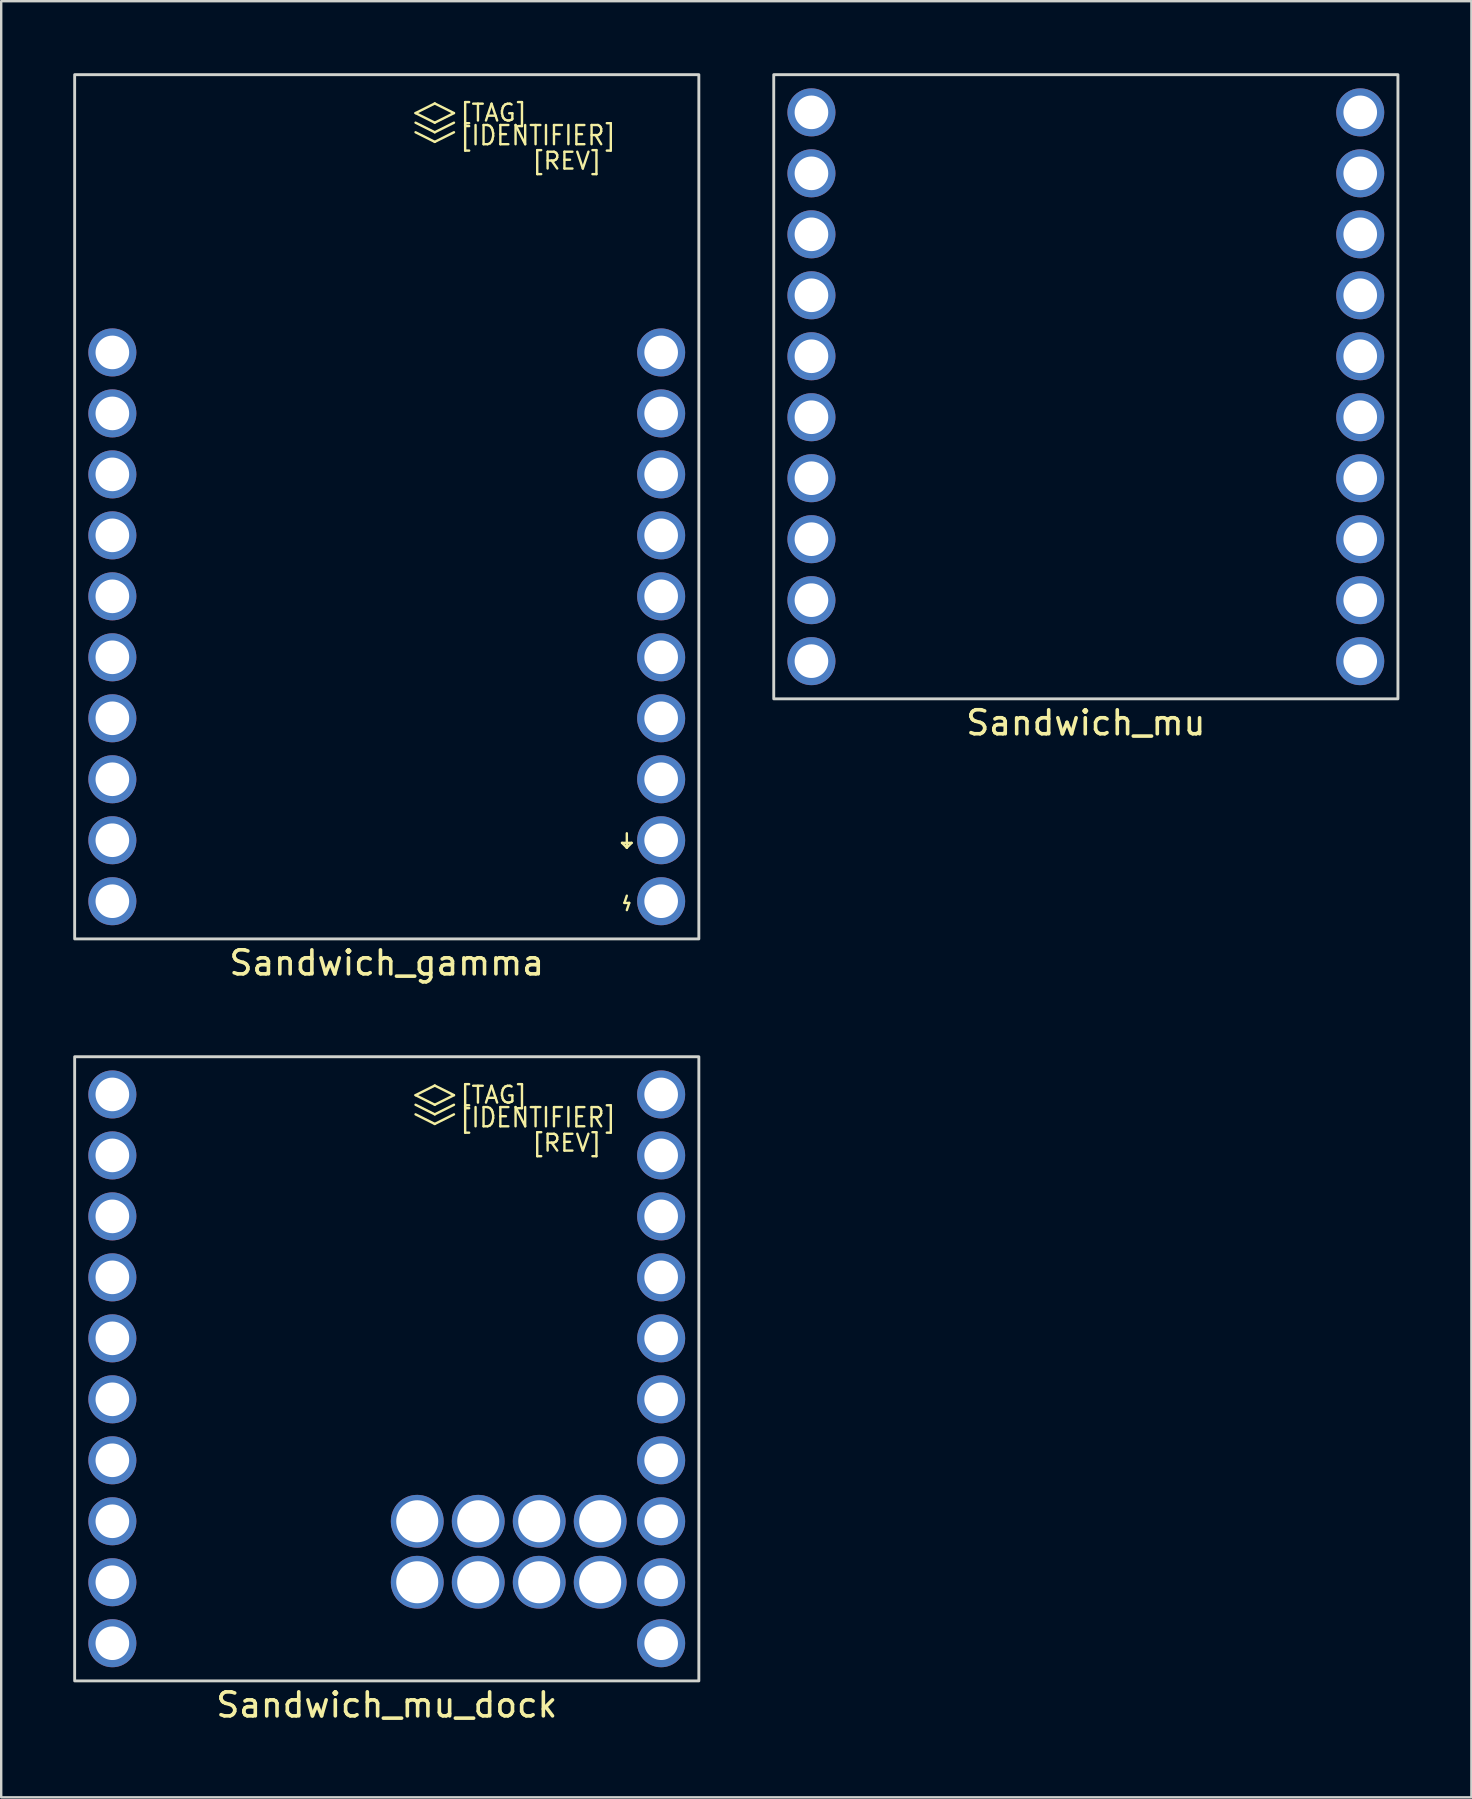
<source format=kicad_pcb>
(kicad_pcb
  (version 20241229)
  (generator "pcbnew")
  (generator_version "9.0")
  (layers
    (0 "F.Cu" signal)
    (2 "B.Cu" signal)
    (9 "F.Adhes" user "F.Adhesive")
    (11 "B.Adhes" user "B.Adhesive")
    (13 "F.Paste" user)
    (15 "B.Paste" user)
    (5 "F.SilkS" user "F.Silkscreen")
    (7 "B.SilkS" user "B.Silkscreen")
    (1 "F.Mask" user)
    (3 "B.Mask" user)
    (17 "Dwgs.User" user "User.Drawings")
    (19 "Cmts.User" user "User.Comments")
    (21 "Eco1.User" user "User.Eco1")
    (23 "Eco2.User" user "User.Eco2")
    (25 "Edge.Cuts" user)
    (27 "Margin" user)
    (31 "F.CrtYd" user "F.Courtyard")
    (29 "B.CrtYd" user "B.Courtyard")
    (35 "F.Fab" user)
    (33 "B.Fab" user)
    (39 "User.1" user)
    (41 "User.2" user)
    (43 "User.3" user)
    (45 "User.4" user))
  (footprint "Sandwich_gamma"
    (layer "F.Cu")
    (at 13.06 23.06)
    (property "Reference" "Sandwich_gamma" (at 0 14 0) (unlocked yes) (layer "F.SilkS") (effects (font (size 1 1) (thickness 0.15))))
    (attr smd)
    (fp_line (start 1.2 -21.4) (end 2 -21) (stroke (width 0.1) (type default)) (layer "F.SilkS"))
    (fp_line (start 1.2 -21) (end 2 -20.6) (stroke (width 0.1) (type default)) (layer "F.SilkS"))
    (fp_line (start 1.2 -20.6) (end 2 -20.2) (stroke (width 0.1) (type default)) (layer "F.SilkS"))
    (fp_line (start 2 -21.8) (end 1.2 -21.4) (stroke (width 0.1) (type default)) (layer "F.SilkS"))
    (fp_line (start 2 -21.8) (end 2.8 -21.4) (stroke (width 0.1) (type default)) (layer "F.SilkS"))
    (fp_line (start 2 -21) (end 2.8 -21.4) (stroke (width 0.1) (type default)) (layer "F.SilkS"))
    (fp_line (start 2 -20.6) (end 2.8 -21) (stroke (width 0.1) (type default)) (layer "F.SilkS"))
    (fp_line (start 2 -20.2) (end 2.8 -20.6) (stroke (width 0.1) (type default)) (layer "F.SilkS"))
    (fp_line (start 9.8 9) (end 10.2 9) (stroke (width 0.1) (type default)) (layer "F.SilkS"))
    (fp_line (start 9.9 11.5) (end 10.1 11.5) (stroke (width 0.1) (type default)) (layer "F.SilkS"))
    (fp_line (start 10 8.6) (end 10 9.2) (stroke (width 0.1) (type default)) (layer "F.SilkS"))
    (fp_line (start 10 9.2) (end 9.8 9) (stroke (width 0.1) (type default)) (layer "F.SilkS"))
    (fp_line (start 10 11.2) (end 9.9 11.5) (stroke (width 0.1) (type default)) (layer "F.SilkS"))
    (fp_line (start 10.1 11.5) (end 10 11.8) (stroke (width 0.1) (type default)) (layer "F.SilkS"))
    (fp_line (start 10.2 9) (end 10 9.2) (stroke (width 0.1) (type default)) (layer "F.SilkS"))
    (fp_rect (start -13 -23) (end 13 13) (stroke (width 0.12) (type solid)) (fill no) (layer "Edge.Cuts"))
    (fp_text user "[REV]" (at 9 -19 0) (unlocked yes) (layer "F.SilkS") (effects (font (size 0.7 0.7) (thickness 0.1)) (justify right bottom)))
    (fp_text user "[IDENTIFIER]" (at 3 -20 0) (unlocked yes) (layer "F.SilkS") (effects (font (size 0.8 0.7) (thickness 0.1)) (justify left bottom)))
    (fp_text user "[TAG]" (at 3 -21 0) (unlocked yes) (layer "F.SilkS") (effects (font (size 0.7 0.7) (thickness 0.1)) (justify left bottom)))
    (pad "1" thru_hole circle (at -11.43 11.43) (size 2 2) (drill 1.4) (layers "*.Cu" "*.Mask"))
    (pad "2" thru_hole circle (at -11.43 8.89) (size 2 2) (drill 1.4) (layers "*.Cu" "*.Mask"))
    (pad "3" thru_hole circle (at -11.43 6.35) (size 2 2) (drill 1.4) (layers "*.Cu" "*.Mask"))
    (pad "4" thru_hole circle (at -11.43 3.81) (size 2 2) (drill 1.4) (layers "*.Cu" "*.Mask"))
    (pad "5" thru_hole circle (at -11.43 1.27) (size 2 2) (drill 1.4) (layers "*.Cu" "*.Mask"))
    (pad "6" thru_hole circle (at -11.43 -1.27) (size 2 2) (drill 1.4) (layers "*.Cu" "*.Mask"))
    (pad "7" thru_hole circle (at -11.43 -3.81) (size 2 2) (drill 1.4) (layers "*.Cu" "*.Mask"))
    (pad "8" thru_hole circle (at -11.43 -6.35) (size 2 2) (drill 1.4) (layers "*.Cu" "*.Mask"))
    (pad "9" thru_hole circle (at -11.43 -8.89) (size 2 2) (drill 1.4) (layers "*.Cu" "*.Mask"))
    (pad "10" thru_hole circle (at -11.43 -11.43) (size 2 2) (drill 1.4) (layers "*.Cu" "*.Mask"))
    (pad "11" thru_hole circle (at 11.43 -11.43) (size 2 2) (drill 1.4) (layers "*.Cu" "*.Mask"))
    (pad "12" thru_hole circle (at 11.43 -8.89) (size 2 2) (drill 1.4) (layers "*.Cu" "*.Mask"))
    (pad "13" thru_hole circle (at 11.43 -6.35) (size 2 2) (drill 1.4) (layers "*.Cu" "*.Mask"))
    (pad "14" thru_hole circle (at 11.43 -3.81) (size 2 2) (drill 1.4) (layers "*.Cu" "*.Mask"))
    (pad "15" thru_hole circle (at 11.43 -1.27) (size 2 2) (drill 1.4) (layers "*.Cu" "*.Mask"))
    (pad "16" thru_hole circle (at 11.43 1.27) (size 2 2) (drill 1.4) (layers "*.Cu" "*.Mask"))
    (pad "17" thru_hole circle (at 11.43 3.81) (size 2 2) (drill 1.4) (layers "*.Cu" "*.Mask"))
    (pad "18" thru_hole circle (at 11.43 6.35) (size 2 2) (drill 1.4) (layers "*.Cu" "*.Mask"))
    (pad "19" thru_hole circle (at 11.43 8.89) (size 2 2) (drill 1.4) (layers "*.Cu" "*.Mask"))
    (pad "20" thru_hole circle (at 11.43 11.43) (size 2 2) (drill 1.4) (layers "*.Cu" "*.Mask")))
  (footprint "Sandwich_mu"
    (layer "F.Cu")
    (at 42.18 13.06)
    (property "Reference" "Sandwich_mu" (at 0 14 0) (unlocked yes) (layer "F.SilkS") (effects (font (size 1 1) (thickness 0.15))))
    (attr smd)
    (fp_rect (start -13 -13) (end 13 13) (stroke (width 0.12) (type solid)) (fill no) (layer "Edge.Cuts"))
    (pad "1" thru_hole circle (at -11.43 11.43) (size 2 2) (drill 1.4) (layers "*.Cu" "*.Mask"))
    (pad "2" thru_hole circle (at -11.43 8.89) (size 2 2) (drill 1.4) (layers "*.Cu" "*.Mask"))
    (pad "3" thru_hole circle (at -11.43 6.35) (size 2 2) (drill 1.4) (layers "*.Cu" "*.Mask"))
    (pad "4" thru_hole circle (at -11.43 3.81) (size 2 2) (drill 1.4) (layers "*.Cu" "*.Mask"))
    (pad "5" thru_hole circle (at -11.43 1.27) (size 2 2) (drill 1.4) (layers "*.Cu" "*.Mask"))
    (pad "6" thru_hole circle (at -11.43 -1.27) (size 2 2) (drill 1.4) (layers "*.Cu" "*.Mask"))
    (pad "7" thru_hole circle (at -11.43 -3.81) (size 2 2) (drill 1.4) (layers "*.Cu" "*.Mask"))
    (pad "8" thru_hole circle (at -11.43 -6.35) (size 2 2) (drill 1.4) (layers "*.Cu" "*.Mask"))
    (pad "9" thru_hole circle (at -11.43 -8.89) (size 2 2) (drill 1.4) (layers "*.Cu" "*.Mask"))
    (pad "10" thru_hole circle (at -11.43 -11.43) (size 2 2) (drill 1.4) (layers "*.Cu" "*.Mask"))
    (pad "11" thru_hole circle (at 11.43 -11.43) (size 2 2) (drill 1.4) (layers "*.Cu" "*.Mask"))
    (pad "12" thru_hole circle (at 11.43 -8.89) (size 2 2) (drill 1.4) (layers "*.Cu" "*.Mask"))
    (pad "13" thru_hole circle (at 11.43 -6.35) (size 2 2) (drill 1.4) (layers "*.Cu" "*.Mask"))
    (pad "14" thru_hole circle (at 11.43 -3.81) (size 2 2) (drill 1.4) (layers "*.Cu" "*.Mask"))
    (pad "15" thru_hole circle (at 11.43 -1.27) (size 2 2) (drill 1.4) (layers "*.Cu" "*.Mask"))
    (pad "16" thru_hole circle (at 11.43 1.27) (size 2 2) (drill 1.4) (layers "*.Cu" "*.Mask"))
    (pad "17" thru_hole circle (at 11.43 3.81) (size 2 2) (drill 1.4) (layers "*.Cu" "*.Mask"))
    (pad "18" thru_hole circle (at 11.43 6.35) (size 2 2) (drill 1.4) (layers "*.Cu" "*.Mask"))
    (pad "19" thru_hole circle (at 11.43 8.89) (size 2 2) (drill 1.4) (layers "*.Cu" "*.Mask"))
    (pad "20" thru_hole circle (at 11.43 11.43) (size 2 2) (drill 1.4) (layers "*.Cu" "*.Mask")))
  (footprint "Sandwich_mu_dock"
    (layer "F.Cu")
    (at 13.06 53.968)
    (property "Reference" "Sandwich_mu_dock" (at 0 14 0) (unlocked yes) (layer "F.SilkS") (effects (font (size 1 1) (thickness 0.15))))
    (attr smd)
    (fp_line (start 1.2 -11.4) (end 2 -11) (stroke (width 0.1) (type default)) (layer "F.SilkS"))
    (fp_line (start 1.2 -11) (end 2 -10.6) (stroke (width 0.1) (type default)) (layer "F.SilkS"))
    (fp_line (start 1.2 -10.6) (end 2 -10.2) (stroke (width 0.1) (type default)) (layer "F.SilkS"))
    (fp_line (start 2 -11.8) (end 1.2 -11.4) (stroke (width 0.1) (type default)) (layer "F.SilkS"))
    (fp_line (start 2 -11.8) (end 2.8 -11.4) (stroke (width 0.1) (type default)) (layer "F.SilkS"))
    (fp_line (start 2 -11) (end 2.8 -11.4) (stroke (width 0.1) (type default)) (layer "F.SilkS"))
    (fp_line (start 2 -10.6) (end 2.8 -11) (stroke (width 0.1) (type default)) (layer "F.SilkS"))
    (fp_line (start 2 -10.2) (end 2.8 -10.6) (stroke (width 0.1) (type default)) (layer "F.SilkS"))
    (fp_rect (start -13 -13) (end 13 13) (stroke (width 0.12) (type solid)) (fill no) (layer "Edge.Cuts"))
    (fp_text user "[REV]" (at 9 -9 0) (unlocked yes) (layer "F.SilkS") (effects (font (size 0.7 0.7) (thickness 0.1)) (justify right bottom)))
    (fp_text user "[TAG]" (at 3 -11 0) (unlocked yes) (layer "F.SilkS") (effects (font (size 0.7 0.7) (thickness 0.1)) (justify left bottom)))
    (fp_text user "[IDENTIFIER]" (at 3 -10 0) (unlocked yes) (layer "F.SilkS") (effects (font (size 0.8 0.7) (thickness 0.1)) (justify left bottom)))
    (pad "1" thru_hole circle (at -11.43 11.43) (size 2 2) (drill 1.4) (layers "*.Cu" "*.Mask"))
    (pad "2" thru_hole circle (at -11.43 8.89) (size 2 2) (drill 1.4) (layers "*.Cu" "*.Mask"))
    (pad "3" thru_hole circle (at -11.43 6.35) (size 2 2) (drill 1.4) (layers "*.Cu" "*.Mask"))
    (pad "4" thru_hole circle (at -11.43 3.81) (size 2 2) (drill 1.4) (layers "*.Cu" "*.Mask"))
    (pad "5" thru_hole circle (at -11.43 1.27) (size 2 2) (drill 1.4) (layers "*.Cu" "*.Mask"))
    (pad "6" thru_hole circle (at -11.43 -1.27) (size 2 2) (drill 1.4) (layers "*.Cu" "*.Mask"))
    (pad "7" thru_hole circle (at -11.43 -3.81) (size 2 2) (drill 1.4) (layers "*.Cu" "*.Mask"))
    (pad "8" thru_hole circle (at -11.43 -6.35) (size 2 2) (drill 1.4) (layers "*.Cu" "*.Mask"))
    (pad "9" thru_hole circle (at -11.43 -8.89) (size 2 2) (drill 1.4) (layers "*.Cu" "*.Mask"))
    (pad "10" thru_hole circle (at -11.43 -11.43) (size 2 2) (drill 1.4) (layers "*.Cu" "*.Mask"))
    (pad "11" thru_hole circle (at 11.43 -11.43) (size 2 2) (drill 1.4) (layers "*.Cu" "*.Mask"))
    (pad "12" thru_hole circle (at 11.43 -8.89) (size 2 2) (drill 1.4) (layers "*.Cu" "*.Mask"))
    (pad "13" thru_hole circle (at 11.43 -6.35) (size 2 2) (drill 1.4) (layers "*.Cu" "*.Mask"))
    (pad "14" thru_hole circle (at 11.43 -3.81) (size 2 2) (drill 1.4) (layers "*.Cu" "*.Mask"))
    (pad "15" thru_hole circle (at 11.43 -1.27) (size 2 2) (drill 1.4) (layers "*.Cu" "*.Mask"))
    (pad "16" thru_hole circle (at 11.43 1.27) (size 2 2) (drill 1.4) (layers "*.Cu" "*.Mask"))
    (pad "17" thru_hole circle (at 11.43 3.81) (size 2 2) (drill 1.4) (layers "*.Cu" "*.Mask"))
    (pad "18" thru_hole circle (at 11.43 6.35) (size 2 2) (drill 1.4) (layers "*.Cu" "*.Mask"))
    (pad "19" thru_hole circle (at 11.43 8.89) (size 2 2) (drill 1.4) (layers "*.Cu" "*.Mask"))
    (pad "20" thru_hole circle (at 11.43 11.43) (size 2 2) (drill 1.4) (layers "*.Cu" "*.Mask"))
    (pad "21" thru_hole circle (at 1.27 6.35) (size 2.2 2.2) (drill 1.75) (layers "*.Cu" "*.Mask"))
    (pad "22" thru_hole circle (at 3.81 6.35) (size 2.2 2.2) (drill 1.75) (layers "*.Cu" "*.Mask"))
    (pad "23" thru_hole circle (at 6.35 6.35) (size 2.2 2.2) (drill 1.75) (layers "*.Cu" "*.Mask"))
    (pad "24" thru_hole circle (at 8.89 6.35) (size 2.2 2.2) (drill 1.75) (layers "*.Cu" "*.Mask"))
    (pad "25" thru_hole circle (at 1.27 8.89) (size 2.2 2.2) (drill 1.75) (layers "*.Cu" "*.Mask"))
    (pad "26" thru_hole circle (at 3.81 8.89) (size 2.2 2.2) (drill 1.75) (layers "*.Cu" "*.Mask"))
    (pad "27" thru_hole circle (at 6.35 8.89) (size 2.2 2.2) (drill 1.75) (layers "*.Cu" "*.Mask"))
    (pad "28" thru_hole circle (at 8.89 8.89) (size 2.2 2.2) (drill 1.75) (layers "*.Cu" "*.Mask")))
  (gr_rect
    (start -3 -3)
    (end 58.24 71.817)
    (stroke (width 0.1) (type default))
    (fill no)
    (layer "Edge.Cuts")))
</source>
